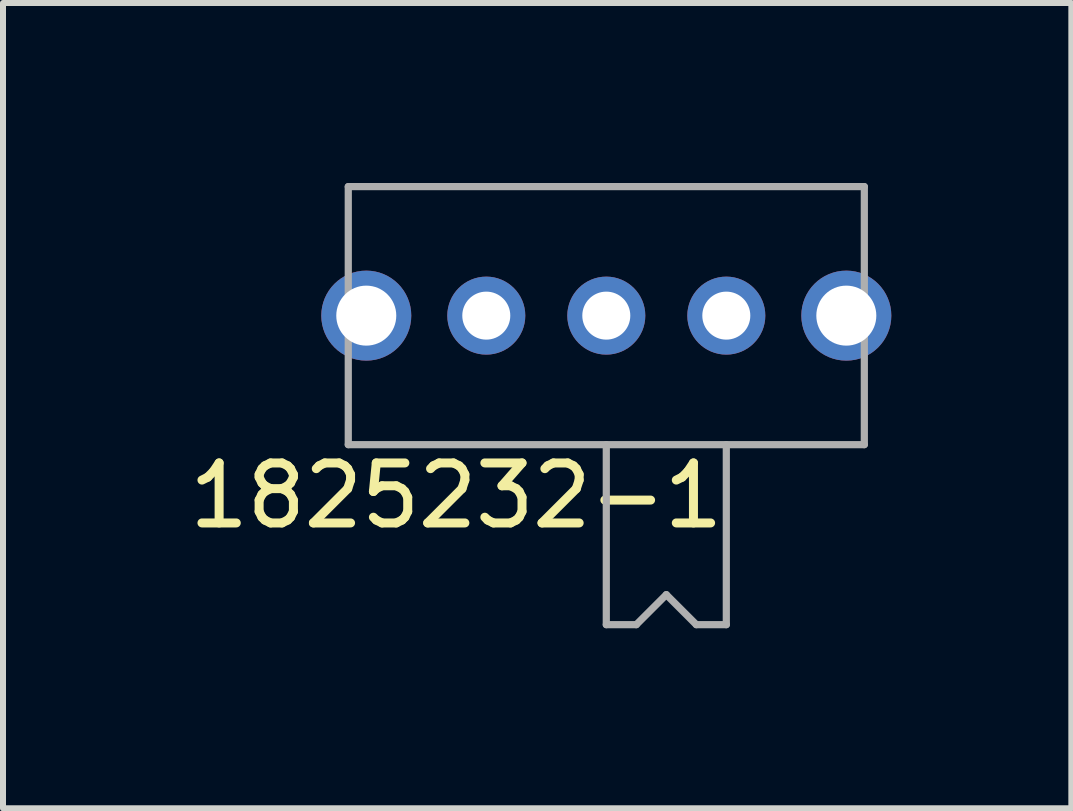
<source format=kicad_pcb>
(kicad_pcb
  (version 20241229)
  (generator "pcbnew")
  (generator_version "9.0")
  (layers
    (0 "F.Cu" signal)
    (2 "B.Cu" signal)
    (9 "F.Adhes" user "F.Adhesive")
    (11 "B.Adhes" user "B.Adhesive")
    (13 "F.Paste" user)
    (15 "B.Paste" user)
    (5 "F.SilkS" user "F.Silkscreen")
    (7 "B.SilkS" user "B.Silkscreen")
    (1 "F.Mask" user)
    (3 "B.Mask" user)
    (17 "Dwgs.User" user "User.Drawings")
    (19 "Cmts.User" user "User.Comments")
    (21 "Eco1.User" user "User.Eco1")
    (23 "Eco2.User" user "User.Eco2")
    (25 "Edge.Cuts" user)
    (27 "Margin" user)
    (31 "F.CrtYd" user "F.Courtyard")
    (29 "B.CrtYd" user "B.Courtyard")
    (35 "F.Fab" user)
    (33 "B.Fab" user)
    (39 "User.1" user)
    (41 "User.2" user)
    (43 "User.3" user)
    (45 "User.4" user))
  (footprint "1825232-1"
    (layer "F.Cu")
    (at 7.054 2.21)
    (property "Reference" "1825232-1" (at -2.5 3 0) (layer "F.SilkS") (effects (font (size 1 1) (thickness 0.15))))
    (attr smd)
    (fp_line (start -4.3 -2.15) (end 4.3 -2.15) (stroke (width 0.12) (type solid)) (layer "F.Fab"))
    (fp_line (start -4.3 2.15) (end -4.3 -2.15) (stroke (width 0.12) (type solid)) (layer "F.Fab"))
    (fp_line (start 0 2.15) (end 0 5.15) (stroke (width 0.12) (type solid)) (layer "F.Fab"))
    (fp_line (start 0 5.15) (end 0.5 5.15) (stroke (width 0.12) (type solid)) (layer "F.Fab"))
    (fp_line (start 0.5 5.15) (end 1 4.65) (stroke (width 0.12) (type solid)) (layer "F.Fab"))
    (fp_line (start 1 4.65) (end 1.5 5.15) (stroke (width 0.12) (type solid)) (layer "F.Fab"))
    (fp_line (start 1.5 5.15) (end 2 5.15) (stroke (width 0.12) (type solid)) (layer "F.Fab"))
    (fp_line (start 2 5.15) (end 2 2.15) (stroke (width 0.12) (type solid)) (layer "F.Fab"))
    (fp_line (start 4.3 -2.15) (end 4.3 2.15) (stroke (width 0.12) (type solid)) (layer "F.Fab"))
    (fp_line (start 4.3 2.15) (end -4.3 2.15) (stroke (width 0.12) (type solid)) (layer "F.Fab"))
    (pad "1" thru_hole circle (at -2 0) (size 1.3 1.3) (drill 0.8) (layers "*.Cu" "*.Mask"))
    (pad "2" thru_hole circle (at 0 0) (size 1.3 1.3) (drill 0.8) (layers "*.Cu" "*.Mask"))
    (pad "3" thru_hole circle (at 2 0) (size 1.3 1.3) (drill 0.8) (layers "*.Cu" "*.Mask"))
    (pad "4" thru_hole circle (at -4 0) (size 1.5 1.5) (drill 1) (layers "*.Cu" "*.Mask"))
    (pad "5" thru_hole circle (at 4 0) (size 1.5 1.5) (drill 1) (layers "*.Cu" "*.Mask")))
  (gr_rect
    (start -3 -3)
    (end 14.804 10.42)
    (stroke (width 0.1) (type default))
    (fill no)
    (layer "Edge.Cuts")))
</source>
